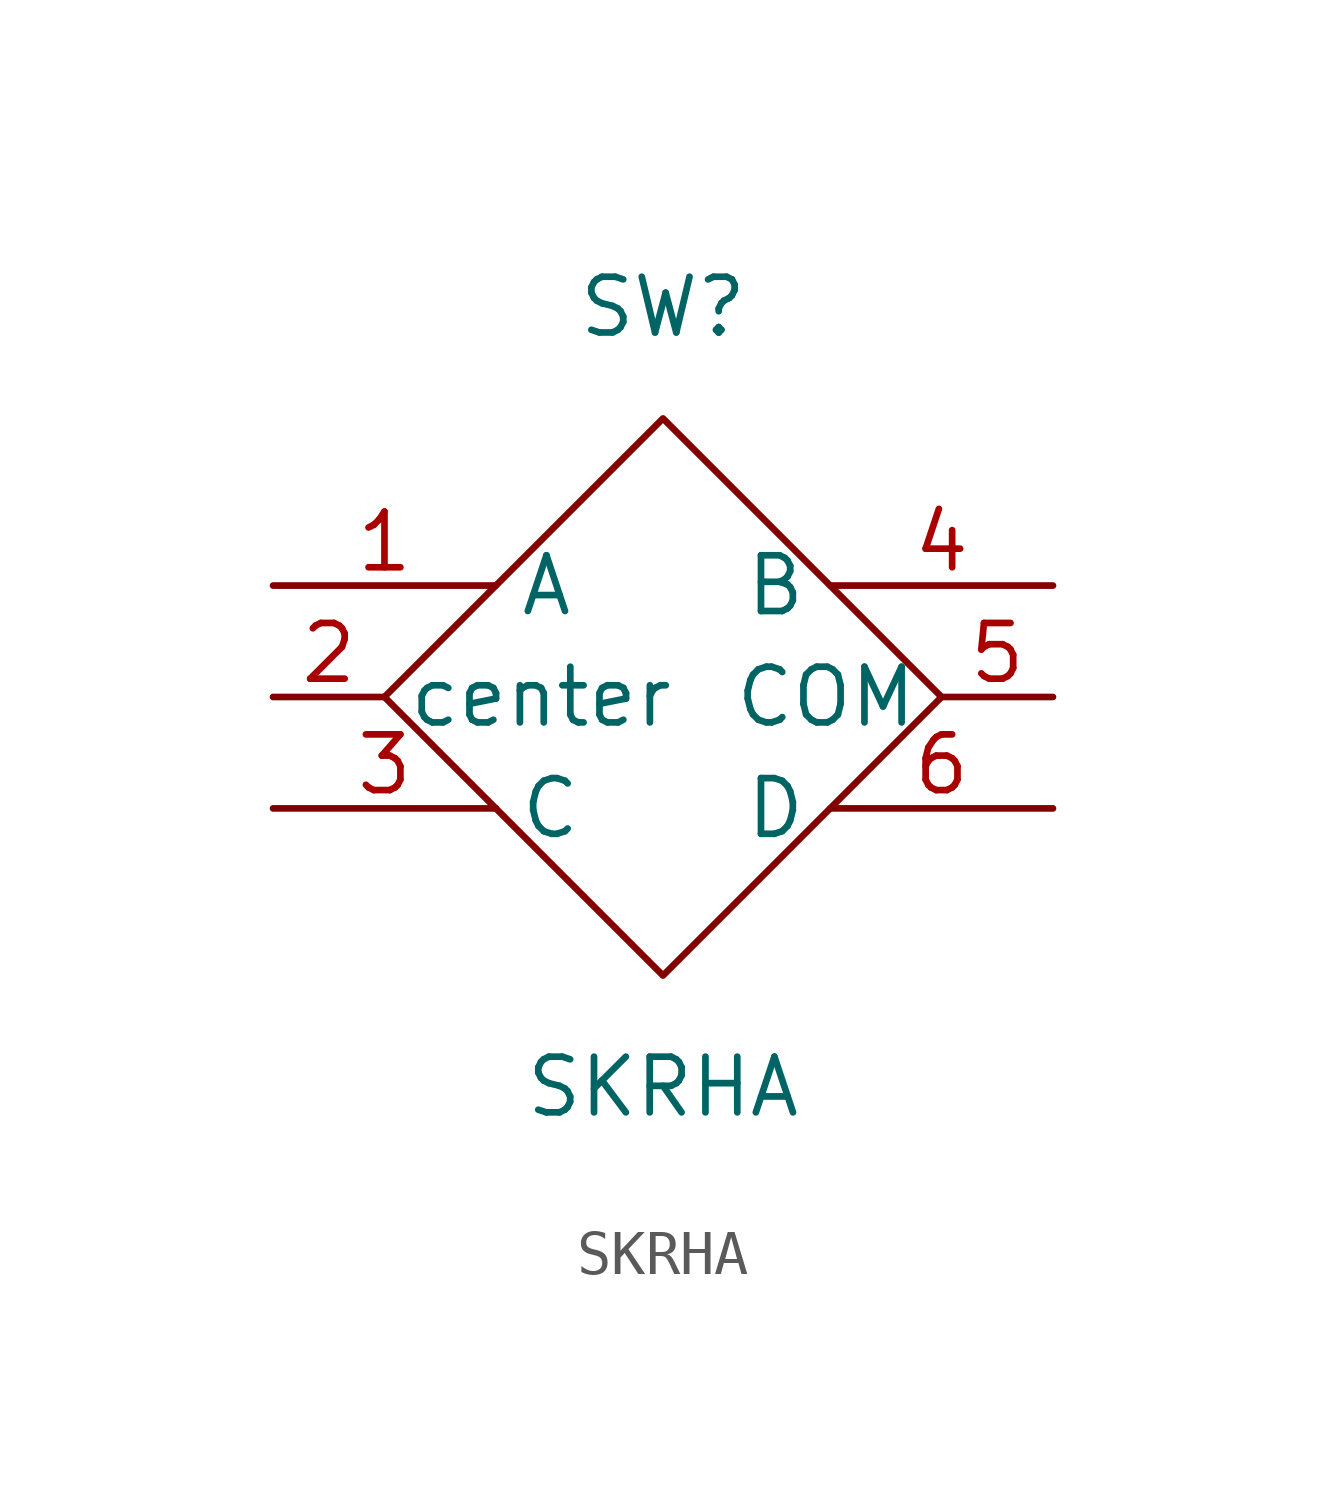
<source format=kicad_sym>
(kicad_symbol_lib
  (version 20210619)
  (generator kicad_symbol_editor)
  (symbol "switch:SKRHA"
    (property "Reference" "SW"
      (at 0 8.89 0)
      (effects (font (size 1.27 1.27))))
    (property "Value" "SKRHA"
      (at 0 -8.89 0)
      (effects (font (size 1.27 1.27))))
    (symbol "SKRHA_0_1"
      (polyline (pts (xy 0 -6.35) (xy 6.35 0) (xy 0 6.35) (xy -6.35 0) (xy 0 -6.35)) (stroke (width 0.152)) (fill (type none))))
    (symbol "SKRHA_1_1"
      (pin bidirectional line (at -8.89 2.54 0) (length 5.08) (name "A" (effects (font (size 1.27 1.27)))) (number "1" (effects (font (size 1.27 1.27)))))
      (pin bidirectional line (at -8.89 0 0) (length 2.54) (name "center" (effects (font (size 1.27 1.27)))) (number "2" (effects (font (size 1.27 1.27)))))
      (pin bidirectional line (at -8.89 -2.54 0) (length 5.08) (name "C" (effects (font (size 1.27 1.27)))) (number "3" (effects (font (size 1.27 1.27)))))
      (pin bidirectional line (at 8.89 2.54 180) (length 5.08) (name "B" (effects (font (size 1.27 1.27)))) (number "4" (effects (font (size 1.27 1.27)))))
      (pin bidirectional line (at 8.89 0 180) (length 2.54) (name "COM" (effects (font (size 1.27 1.27)))) (number "5" (effects (font (size 1.27 1.27)))))
      (pin bidirectional line (at 8.89 -2.54 180) (length 5.08) (name "D" (effects (font (size 1.27 1.27)))) (number "6" (effects (font (size 1.27 1.27))))))))
</source>
